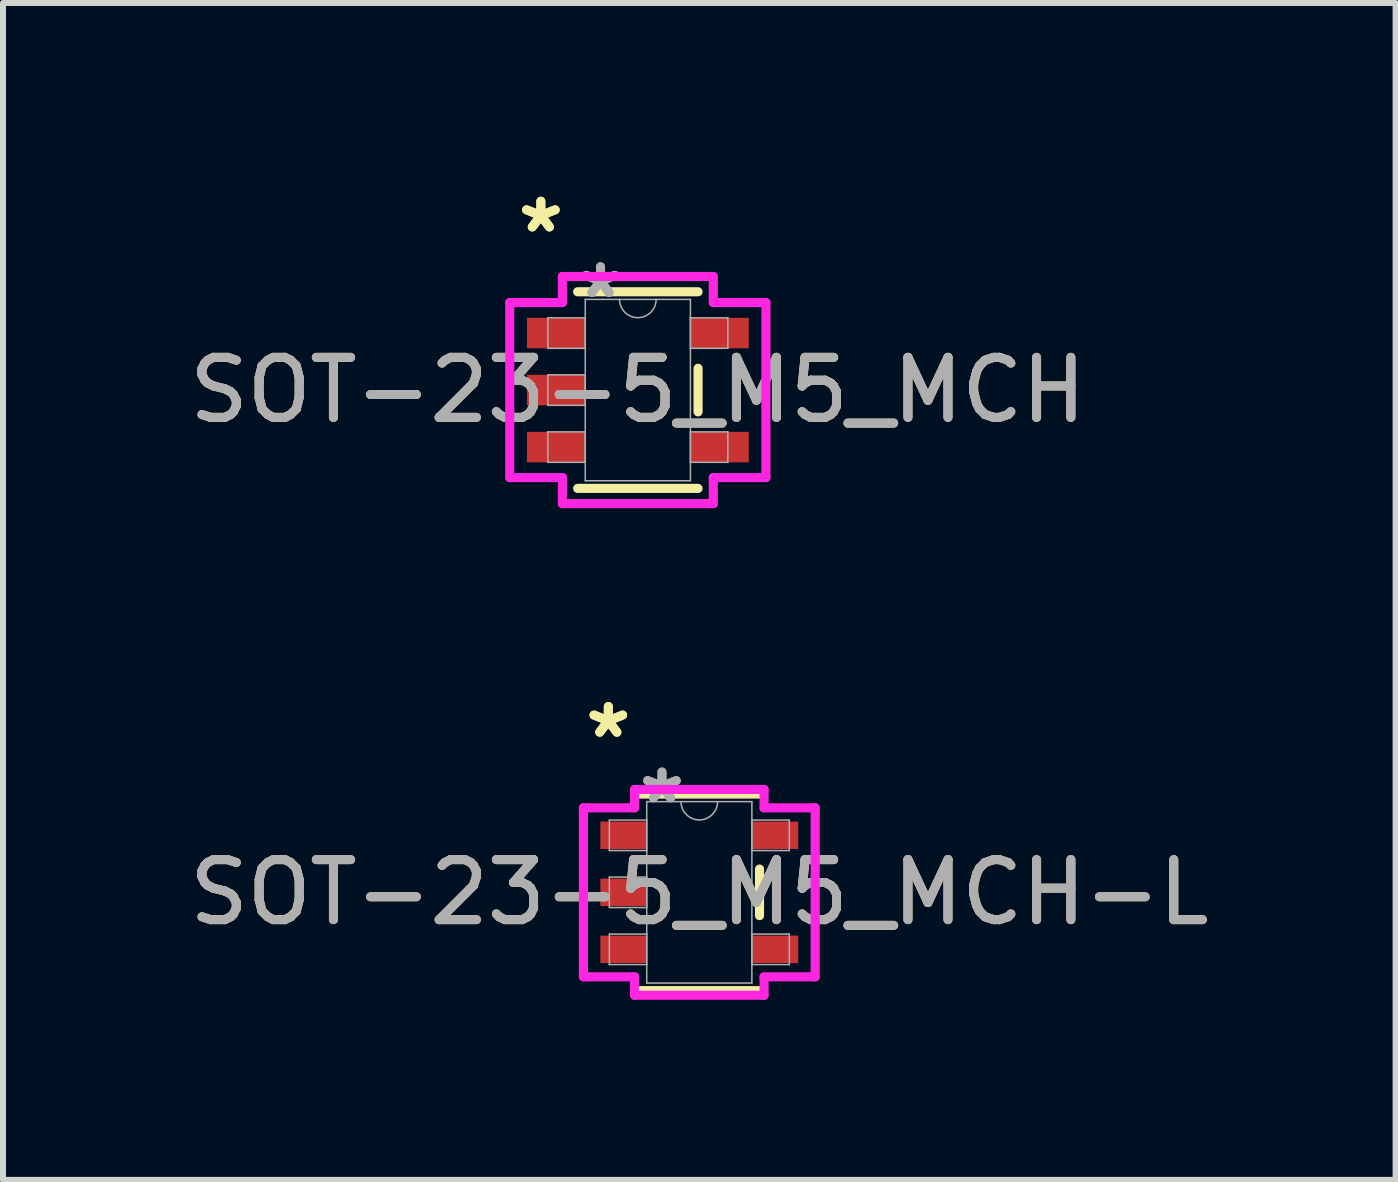
<source format=kicad_pcb>
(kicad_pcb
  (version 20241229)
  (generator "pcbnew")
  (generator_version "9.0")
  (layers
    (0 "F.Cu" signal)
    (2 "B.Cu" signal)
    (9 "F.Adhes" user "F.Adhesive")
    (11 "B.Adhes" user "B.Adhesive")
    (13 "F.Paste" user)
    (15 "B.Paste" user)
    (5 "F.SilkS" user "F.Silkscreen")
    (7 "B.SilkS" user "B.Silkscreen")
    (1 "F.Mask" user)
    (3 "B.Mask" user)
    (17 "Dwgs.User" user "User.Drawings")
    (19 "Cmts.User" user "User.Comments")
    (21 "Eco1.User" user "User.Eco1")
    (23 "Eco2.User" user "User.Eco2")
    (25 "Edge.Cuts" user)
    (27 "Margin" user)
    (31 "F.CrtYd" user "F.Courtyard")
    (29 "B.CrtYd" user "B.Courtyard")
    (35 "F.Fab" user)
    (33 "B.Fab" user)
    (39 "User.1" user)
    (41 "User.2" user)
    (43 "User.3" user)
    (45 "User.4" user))
  (footprint "SOT-23-5_M5_MCH"
    (layer "F.Cu")
    (at 7.577 3.449)
    (property "Reference" "SOT-23-5_M5_MCH" (at 0 0 0) (unlocked yes) (layer "F.SilkS") (effects (font (size 1 1) (thickness 0.15))))
    (attr smd)
    (fp_line (start -1.003 1.638) (end 1.003 1.638) (stroke (width 0.152) (type solid)) (layer "F.SilkS"))
    (fp_line (start 1.003 -1.638) (end -1.003 -1.638) (stroke (width 0.152) (type solid)) (layer "F.SilkS"))
    (fp_line (start 1.003 0.363) (end 1.003 -0.363) (stroke (width 0.152) (type solid)) (layer "F.SilkS"))
    (fp_line (start -2.134 -1.458) (end -1.257 -1.458) (stroke (width 0.152) (type solid)) (layer "F.CrtYd"))
    (fp_line (start -2.134 1.458) (end -2.134 -1.458) (stroke (width 0.152) (type solid)) (layer "F.CrtYd"))
    (fp_line (start -1.257 -1.892) (end 1.257 -1.892) (stroke (width 0.152) (type solid)) (layer "F.CrtYd"))
    (fp_line (start -1.257 -1.458) (end -1.257 -1.892) (stroke (width 0.152) (type solid)) (layer "F.CrtYd"))
    (fp_line (start -1.257 1.458) (end -2.134 1.458) (stroke (width 0.152) (type solid)) (layer "F.CrtYd"))
    (fp_line (start -1.257 1.892) (end -1.257 1.458) (stroke (width 0.152) (type solid)) (layer "F.CrtYd"))
    (fp_line (start 1.257 -1.892) (end 1.257 -1.458) (stroke (width 0.152) (type solid)) (layer "F.CrtYd"))
    (fp_line (start 1.257 -1.458) (end 2.134 -1.458) (stroke (width 0.152) (type solid)) (layer "F.CrtYd"))
    (fp_line (start 1.257 1.458) (end 1.257 1.892) (stroke (width 0.152) (type solid)) (layer "F.CrtYd"))
    (fp_line (start 1.257 1.892) (end -1.257 1.892) (stroke (width 0.152) (type solid)) (layer "F.CrtYd"))
    (fp_line (start 2.134 -1.458) (end 2.134 1.458) (stroke (width 0.152) (type solid)) (layer "F.CrtYd"))
    (fp_line (start 2.134 1.458) (end 1.257 1.458) (stroke (width 0.152) (type solid)) (layer "F.CrtYd"))
    (fp_line (start -1.499 -1.204) (end -1.499 -0.696) (stroke (width 0.025) (type solid)) (layer "F.Fab"))
    (fp_line (start -1.499 -0.696) (end -0.876 -0.696) (stroke (width 0.025) (type solid)) (layer "F.Fab"))
    (fp_line (start -1.499 -0.254) (end -1.499 0.254) (stroke (width 0.025) (type solid)) (layer "F.Fab"))
    (fp_line (start -1.499 0.254) (end -0.876 0.254) (stroke (width 0.025) (type solid)) (layer "F.Fab"))
    (fp_line (start -1.499 0.696) (end -1.499 1.204) (stroke (width 0.025) (type solid)) (layer "F.Fab"))
    (fp_line (start -1.499 1.204) (end -0.876 1.204) (stroke (width 0.025) (type solid)) (layer "F.Fab"))
    (fp_line (start -0.876 -1.511) (end -0.876 1.511) (stroke (width 0.025) (type solid)) (layer "F.Fab"))
    (fp_line (start -0.876 -1.204) (end -1.499 -1.204) (stroke (width 0.025) (type solid)) (layer "F.Fab"))
    (fp_line (start -0.876 -0.696) (end -0.876 -1.204) (stroke (width 0.025) (type solid)) (layer "F.Fab"))
    (fp_line (start -0.876 -0.254) (end -1.499 -0.254) (stroke (width 0.025) (type solid)) (layer "F.Fab"))
    (fp_line (start -0.876 0.254) (end -0.876 -0.254) (stroke (width 0.025) (type solid)) (layer "F.Fab"))
    (fp_line (start -0.876 0.696) (end -1.499 0.696) (stroke (width 0.025) (type solid)) (layer "F.Fab"))
    (fp_line (start -0.876 1.204) (end -0.876 0.696) (stroke (width 0.025) (type solid)) (layer "F.Fab"))
    (fp_line (start -0.876 1.511) (end 0.876 1.511) (stroke (width 0.025) (type solid)) (layer "F.Fab"))
    (fp_line (start 0.876 -1.511) (end -0.876 -1.511) (stroke (width 0.025) (type solid)) (layer "F.Fab"))
    (fp_line (start 0.876 -1.204) (end 0.876 -0.696) (stroke (width 0.025) (type solid)) (layer "F.Fab"))
    (fp_line (start 0.876 -0.696) (end 1.499 -0.696) (stroke (width 0.025) (type solid)) (layer "F.Fab"))
    (fp_line (start 0.876 0.696) (end 0.876 1.204) (stroke (width 0.025) (type solid)) (layer "F.Fab"))
    (fp_line (start 0.876 1.204) (end 1.499 1.204) (stroke (width 0.025) (type solid)) (layer "F.Fab"))
    (fp_line (start 0.876 1.511) (end 0.876 -1.511) (stroke (width 0.025) (type solid)) (layer "F.Fab"))
    (fp_line (start 1.499 -1.204) (end 0.876 -1.204) (stroke (width 0.025) (type solid)) (layer "F.Fab"))
    (fp_line (start 1.499 -0.696) (end 1.499 -1.204) (stroke (width 0.025) (type solid)) (layer "F.Fab"))
    (fp_line (start 1.499 0.696) (end 0.876 0.696) (stroke (width 0.025) (type solid)) (layer "F.Fab"))
    (fp_line (start 1.499 1.204) (end 1.499 0.696) (stroke (width 0.025) (type solid)) (layer "F.Fab"))
    (fp_arc (start 0.3048 -1.5113) (mid 0 -1.2065) (end -0.3048 -1.5113) (stroke (width 0.0254) (type solid)) (layer "F.Fab"))
    (fp_text user "*" (at -1.616 -2.601 0) (layer "F.SilkS") (effects (font (size 1 1) (thickness 0.15))))
    (fp_text user "*" (at -1.616 -2.601 0) (unlocked yes) (layer "F.SilkS") (effects (font (size 1 1) (thickness 0.15))))
    (fp_text user "*" (at -0.622 -1.509 0) (unlocked yes) (layer "F.Fab") (effects (font (size 1 1) (thickness 0.15))))
    (fp_text user "*" (at -0.622 -1.509 0) (layer "F.Fab") (effects (font (size 1 1) (thickness 0.15))))
    (fp_text user "${REFERENCE}" (at 0 0 0) (unlocked yes) (layer "F.Fab") (effects (font (size 1 1) (thickness 0.15))))
    (pad "1" smd rect (at -1.362 -0.95) (size 0.972 0.508) (layers "F.Cu" "F.Mask" "F.Paste"))
    (pad "2" smd rect (at -1.362 0) (size 0.972 0.508) (layers "F.Cu" "F.Mask" "F.Paste"))
    (pad "3" smd rect (at -1.362 0.95) (size 0.972 0.508) (layers "F.Cu" "F.Mask" "F.Paste"))
    (pad "4" smd rect (at 1.362 0.95) (size 0.972 0.508) (layers "F.Cu" "F.Mask" "F.Paste"))
    (pad "5" smd rect (at 1.362 -0.95) (size 0.972 0.508) (layers "F.Cu" "F.Mask" "F.Paste")))
  (footprint "SOT-23-5_M5_MCH-L"
    (layer "F.Cu")
    (at 8.601 11.817)
    (property "Reference" "SOT-23-5_M5_MCH-L" (at 0 0 0) (unlocked yes) (layer "F.SilkS") (effects (font (size 1 1) (thickness 0.15))))
    (attr smd)
    (fp_line (start -1.003 1.638) (end 1.003 1.638) (stroke (width 0.152) (type solid)) (layer "F.SilkS"))
    (fp_line (start 1.003 -1.638) (end -1.003 -1.638) (stroke (width 0.152) (type solid)) (layer "F.SilkS"))
    (fp_line (start 1.003 0.388) (end 1.003 -0.388) (stroke (width 0.152) (type solid)) (layer "F.SilkS"))
    (fp_line (start -1.931 -1.408) (end -1.079 -1.408) (stroke (width 0.152) (type solid)) (layer "F.CrtYd"))
    (fp_line (start -1.931 1.408) (end -1.931 -1.408) (stroke (width 0.152) (type solid)) (layer "F.CrtYd"))
    (fp_line (start -1.079 -1.714) (end 1.079 -1.714) (stroke (width 0.152) (type solid)) (layer "F.CrtYd"))
    (fp_line (start -1.079 -1.408) (end -1.079 -1.714) (stroke (width 0.152) (type solid)) (layer "F.CrtYd"))
    (fp_line (start -1.079 1.408) (end -1.931 1.408) (stroke (width 0.152) (type solid)) (layer "F.CrtYd"))
    (fp_line (start -1.079 1.714) (end -1.079 1.408) (stroke (width 0.152) (type solid)) (layer "F.CrtYd"))
    (fp_line (start 1.079 -1.714) (end 1.079 -1.408) (stroke (width 0.152) (type solid)) (layer "F.CrtYd"))
    (fp_line (start 1.079 -1.408) (end 1.931 -1.408) (stroke (width 0.152) (type solid)) (layer "F.CrtYd"))
    (fp_line (start 1.079 1.408) (end 1.079 1.714) (stroke (width 0.152) (type solid)) (layer "F.CrtYd"))
    (fp_line (start 1.079 1.714) (end -1.079 1.714) (stroke (width 0.152) (type solid)) (layer "F.CrtYd"))
    (fp_line (start 1.931 -1.408) (end 1.931 1.408) (stroke (width 0.152) (type solid)) (layer "F.CrtYd"))
    (fp_line (start 1.931 1.408) (end 1.079 1.408) (stroke (width 0.152) (type solid)) (layer "F.CrtYd"))
    (fp_line (start -1.499 -1.204) (end -1.499 -0.696) (stroke (width 0.025) (type solid)) (layer "F.Fab"))
    (fp_line (start -1.499 -0.696) (end -0.876 -0.696) (stroke (width 0.025) (type solid)) (layer "F.Fab"))
    (fp_line (start -1.499 -0.254) (end -1.499 0.254) (stroke (width 0.025) (type solid)) (layer "F.Fab"))
    (fp_line (start -1.499 0.254) (end -0.876 0.254) (stroke (width 0.025) (type solid)) (layer "F.Fab"))
    (fp_line (start -1.499 0.696) (end -1.499 1.204) (stroke (width 0.025) (type solid)) (layer "F.Fab"))
    (fp_line (start -1.499 1.204) (end -0.876 1.204) (stroke (width 0.025) (type solid)) (layer "F.Fab"))
    (fp_line (start -0.876 -1.511) (end -0.876 1.511) (stroke (width 0.025) (type solid)) (layer "F.Fab"))
    (fp_line (start -0.876 -1.204) (end -1.499 -1.204) (stroke (width 0.025) (type solid)) (layer "F.Fab"))
    (fp_line (start -0.876 -0.696) (end -0.876 -1.204) (stroke (width 0.025) (type solid)) (layer "F.Fab"))
    (fp_line (start -0.876 -0.254) (end -1.499 -0.254) (stroke (width 0.025) (type solid)) (layer "F.Fab"))
    (fp_line (start -0.876 0.254) (end -0.876 -0.254) (stroke (width 0.025) (type solid)) (layer "F.Fab"))
    (fp_line (start -0.876 0.696) (end -1.499 0.696) (stroke (width 0.025) (type solid)) (layer "F.Fab"))
    (fp_line (start -0.876 1.204) (end -0.876 0.696) (stroke (width 0.025) (type solid)) (layer "F.Fab"))
    (fp_line (start -0.876 1.511) (end 0.876 1.511) (stroke (width 0.025) (type solid)) (layer "F.Fab"))
    (fp_line (start 0.876 -1.511) (end -0.876 -1.511) (stroke (width 0.025) (type solid)) (layer "F.Fab"))
    (fp_line (start 0.876 -1.204) (end 0.876 -0.696) (stroke (width 0.025) (type solid)) (layer "F.Fab"))
    (fp_line (start 0.876 -0.696) (end 1.499 -0.696) (stroke (width 0.025) (type solid)) (layer "F.Fab"))
    (fp_line (start 0.876 0.696) (end 0.876 1.204) (stroke (width 0.025) (type solid)) (layer "F.Fab"))
    (fp_line (start 0.876 1.204) (end 1.499 1.204) (stroke (width 0.025) (type solid)) (layer "F.Fab"))
    (fp_line (start 0.876 1.511) (end 0.876 -1.511) (stroke (width 0.025) (type solid)) (layer "F.Fab"))
    (fp_line (start 1.499 -1.204) (end 0.876 -1.204) (stroke (width 0.025) (type solid)) (layer "F.Fab"))
    (fp_line (start 1.499 -0.696) (end 1.499 -1.204) (stroke (width 0.025) (type solid)) (layer "F.Fab"))
    (fp_line (start 1.499 0.696) (end 0.876 0.696) (stroke (width 0.025) (type solid)) (layer "F.Fab"))
    (fp_line (start 1.499 1.204) (end 1.499 0.696) (stroke (width 0.025) (type solid)) (layer "F.Fab"))
    (fp_arc (start 0.3048 -1.5113) (mid 0 -1.2065) (end -0.3048 -1.5113) (stroke (width 0.0254) (type solid)) (layer "F.Fab"))
    (fp_text user "*" (at -1.516 -2.551 0) (layer "F.SilkS") (effects (font (size 1 1) (thickness 0.15))))
    (fp_text user "*" (at -1.516 -2.551 0) (unlocked yes) (layer "F.SilkS") (effects (font (size 1 1) (thickness 0.15))))
    (fp_text user "*" (at -0.622 -1.459 0) (layer "F.Fab") (effects (font (size 1 1) (thickness 0.15))))
    (fp_text user "*" (at -0.622 -1.459 0) (unlocked yes) (layer "F.Fab") (effects (font (size 1 1) (thickness 0.15))))
    (fp_text user "${REFERENCE}" (at 0 0 0) (unlocked yes) (layer "F.Fab") (effects (font (size 1 1) (thickness 0.15))))
    (pad "1" smd rect (at -1.262 -0.95) (size 0.772 0.458) (layers "F.Cu" "F.Mask" "F.Paste"))
    (pad "2" smd rect (at -1.262 0) (size 0.772 0.458) (layers "F.Cu" "F.Mask" "F.Paste"))
    (pad "3" smd rect (at -1.262 0.95) (size 0.772 0.458) (layers "F.Cu" "F.Mask" "F.Paste"))
    (pad "4" smd rect (at 1.262 0.95) (size 0.772 0.458) (layers "F.Cu" "F.Mask" "F.Paste"))
    (pad "5" smd rect (at 1.262 -0.95) (size 0.772 0.458) (layers "F.Cu" "F.Mask" "F.Paste")))
  (gr_rect
    (start -3 -3)
    (end 20.202 16.608)
    (stroke (width 0.1) (type default))
    (fill no)
    (layer "Edge.Cuts")))
</source>
